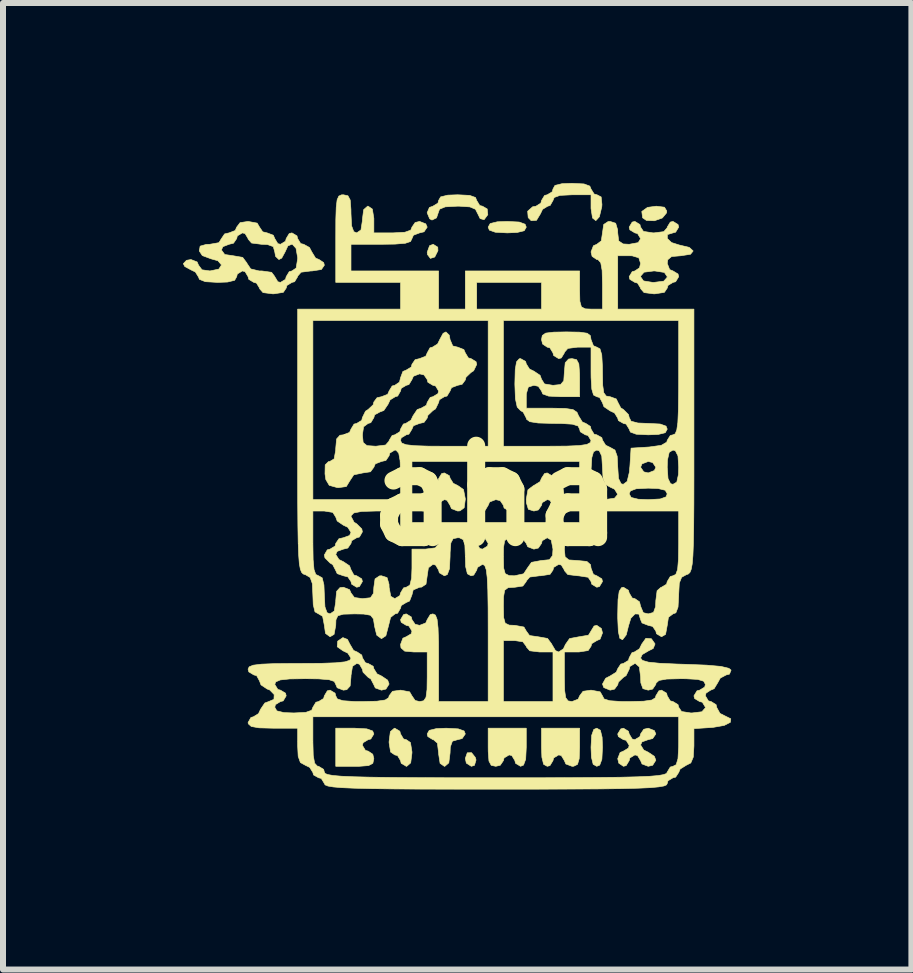
<source format=kicad_pcb>
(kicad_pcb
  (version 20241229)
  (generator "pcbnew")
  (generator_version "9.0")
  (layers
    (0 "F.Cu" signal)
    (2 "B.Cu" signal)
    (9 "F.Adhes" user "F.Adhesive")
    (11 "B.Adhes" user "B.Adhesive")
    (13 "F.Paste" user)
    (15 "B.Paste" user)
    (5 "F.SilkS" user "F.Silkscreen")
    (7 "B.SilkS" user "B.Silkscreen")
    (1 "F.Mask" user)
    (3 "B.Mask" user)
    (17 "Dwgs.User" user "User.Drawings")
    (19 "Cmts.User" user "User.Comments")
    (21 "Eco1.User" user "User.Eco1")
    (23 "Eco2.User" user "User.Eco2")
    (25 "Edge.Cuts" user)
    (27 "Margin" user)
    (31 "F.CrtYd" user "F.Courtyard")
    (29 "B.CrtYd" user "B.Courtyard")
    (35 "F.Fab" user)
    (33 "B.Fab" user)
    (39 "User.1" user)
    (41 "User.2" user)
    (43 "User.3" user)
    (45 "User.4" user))
  (footprint "aha"
    (layer "F.Cu")
    (at 5.212 5.212)
    (property "Reference" "aha" (at 0 0 0) (layer "F.SilkS") (effects (font (size 1.524 1.524) (thickness 0.3))))
    (attr through_hole)
    (fp_poly (pts (xy -0.967 -4.143) (xy -0.964 -4.085) (xy -1.017 -3.979) (xy -1.09 -3.956) (xy -1.139 -4.021) (xy -1.143 -4.059) (xy -1.103 -4.168) (xy -1.043 -4.191) (xy -0.967 -4.143)) (stroke (width 0.01) (type solid)) (fill yes) (layer "F.SilkS"))
    (fp_poly (pts (xy -0.34 4.362) (xy -0.329 4.403) (xy -0.356 4.493) (xy -0.408 4.508) (xy -0.491 4.455) (xy -0.508 4.376) (xy -0.475 4.283) (xy -0.404 4.281) (xy -0.34 4.362)) (stroke (width 0.01) (type solid)) (fill yes) (layer "F.SilkS"))
    (fp_poly (pts (xy 2.811 -4.809) (xy 2.849 -4.746) (xy 2.846 -4.715) (xy 2.776 -4.63) (xy 2.644 -4.583) (xy 2.511 -4.588) (xy 2.447 -4.632) (xy 2.433 -4.738) (xy 2.528 -4.806) (xy 2.675 -4.826) (xy 2.811 -4.809)) (stroke (width 0.01) (type solid)) (fill yes) (layer "F.SilkS"))
    (fp_poly (pts (xy 0.39 -4.562) (xy 0.488 -4.526) (xy 0.508 -4.477) (xy 0.474 -4.417) (xy 0.356 -4.388) (xy 0.191 -4.381) (xy -0.009 -4.392) (xy -0.107 -4.427) (xy -0.127 -4.477) (xy -0.093 -4.537) (xy 0.025 -4.566) (xy 0.191 -4.572) (xy 0.39 -4.562)) (stroke (width 0.01) (type solid)) (fill yes) (layer "F.SilkS"))
    (fp_poly (pts (xy 1.743 3.907) (xy 1.772 4.025) (xy 1.778 4.191) (xy 1.768 4.391) (xy 1.732 4.488) (xy 1.683 4.508) (xy 1.623 4.475) (xy 1.594 4.357) (xy 1.587 4.191) (xy 1.598 3.991) (xy 1.633 3.894) (xy 1.683 3.873) (xy 1.743 3.907)) (stroke (width 0.01) (type solid)) (fill yes) (layer "F.SilkS"))
    (fp_poly (pts (xy -2.15 3.884) (xy -2.052 3.919) (xy -2.032 3.969) (xy -2.083 4.053) (xy -2.127 4.064) (xy -2.211 4.115) (xy -2.223 4.159) (xy -2.172 4.243) (xy -2.127 4.255) (xy -2.05 4.307) (xy -2.032 4.381) (xy -2.049 4.458) (xy -2.12 4.496) (xy -2.276 4.508) (xy -2.349 4.508) (xy -2.667 4.508) (xy -2.667 3.873) (xy -2.349 3.873) (xy -2.15 3.884)) (stroke (width 0.01) (type solid)) (fill yes) (layer "F.SilkS"))
    (fp_poly (pts (xy 0.508 4.191) (xy 0.498 4.391) (xy 0.462 4.488) (xy 0.413 4.508) (xy 0.329 4.458) (xy 0.318 4.413) (xy 0.267 4.329) (xy 0.222 4.318) (xy 0.138 4.369) (xy 0.127 4.413) (xy 0.074 4.491) (xy 0 4.508) (xy -0.076 4.492) (xy -0.114 4.421) (xy -0.126 4.264) (xy -0.127 4.191) (xy -0.127 3.873) (xy 0.508 3.873) (xy 0.508 4.191)) (stroke (width 0.01) (type solid)) (fill yes) (layer "F.SilkS"))
    (fp_poly (pts (xy 1.397 4.191) (xy 1.39 4.381) (xy 1.362 4.476) (xy 1.299 4.507) (xy 1.27 4.508) (xy 1.167 4.469) (xy 1.143 4.413) (xy 1.092 4.329) (xy 1.048 4.318) (xy 0.964 4.369) (xy 0.953 4.413) (xy 0.902 4.497) (xy 0.857 4.508) (xy 0.797 4.475) (xy 0.768 4.357) (xy 0.762 4.191) (xy 0.762 3.873) (xy 1.397 3.873) (xy 1.397 4.191)) (stroke (width 0.01) (type solid)) (fill yes) (layer "F.SilkS"))
    (fp_poly (pts (xy -1.599 3.924) (xy -1.587 3.969) (xy -1.537 4.053) (xy -1.492 4.064) (xy -1.422 4.112) (xy -1.397 4.266) (xy -1.397 4.286) (xy -1.418 4.451) (xy -1.484 4.508) (xy -1.492 4.508) (xy -1.576 4.458) (xy -1.587 4.413) (xy -1.638 4.329) (xy -1.683 4.318) (xy -1.753 4.27) (xy -1.778 4.116) (xy -1.778 4.096) (xy -1.757 3.931) (xy -1.691 3.874) (xy -1.683 3.873) (xy -1.599 3.924)) (stroke (width 0.01) (type solid)) (fill yes) (layer "F.SilkS"))
    (fp_poly (pts (xy -0.626 3.884) (xy -0.528 3.919) (xy -0.508 3.969) (xy -0.561 4.046) (xy -0.635 4.064) (xy -0.723 4.089) (xy -0.758 4.186) (xy -0.762 4.286) (xy -0.783 4.451) (xy -0.849 4.508) (xy -0.857 4.508) (xy -0.928 4.46) (xy -0.952 4.306) (xy -0.953 4.286) (xy -0.973 4.122) (xy -1.039 4.064) (xy -1.048 4.064) (xy -1.132 4.013) (xy -1.143 3.969) (xy -1.109 3.909) (xy -0.991 3.88) (xy -0.826 3.873) (xy -0.626 3.884)) (stroke (width 0.01) (type solid)) (fill yes) (layer "F.SilkS"))
    (fp_poly (pts (xy -0.773 -0.334) (xy -0.762 -0.293) (xy -0.709 -0.208) (xy -0.635 -0.172) (xy -0.538 -0.104) (xy -0.508 0.05) (xy -0.508 0.058) (xy -0.527 0.2) (xy -0.597 0.251) (xy -0.635 0.254) (xy -0.738 0.214) (xy -0.762 0.159) (xy -0.813 0.075) (xy -0.857 0.064) (xy -0.941 0.114) (xy -0.953 0.159) (xy -1.003 0.243) (xy -1.048 0.254) (xy -1.118 0.206) (xy -1.143 0.052) (xy -1.143 0.032) (xy -1.122 -0.133) (xy -1.056 -0.19) (xy -1.048 -0.191) (xy -0.964 -0.241) (xy -0.953 -0.286) (xy -0.902 -0.37) (xy -0.857 -0.381) (xy -0.773 -0.334)) (stroke (width 0.01) (type solid)) (fill yes) (layer "F.SilkS"))
    (fp_poly (pts (xy -0.435 -5.006) (xy -0.338 -4.971) (xy -0.318 -4.921) (xy -0.267 -4.837) (xy -0.222 -4.826) (xy -0.143 -4.78) (xy -0.133 -4.684) (xy -0.195 -4.601) (xy -0.261 -4.619) (xy -0.297 -4.693) (xy -0.339 -4.775) (xy -0.431 -4.814) (xy -0.608 -4.826) (xy -0.642 -4.826) (xy -0.842 -4.815) (xy -0.937 -4.776) (xy -0.953 -4.734) (xy -0.988 -4.631) (xy -1.063 -4.595) (xy -1.102 -4.616) (xy -1.144 -4.717) (xy -1.106 -4.805) (xy -1.048 -4.826) (xy -0.964 -4.877) (xy -0.953 -4.921) (xy -0.919 -4.981) (xy -0.801 -5.01) (xy -0.635 -5.016) (xy -0.435 -5.006)) (stroke (width 0.01) (type solid)) (fill yes) (layer "F.SilkS"))
    (fp_poly (pts (xy 0.282 -0.347) (xy 0.311 -0.229) (xy 0.318 -0.064) (xy 0.307 0.136) (xy 0.272 0.234) (xy 0.222 0.254) (xy 0.138 0.203) (xy 0.127 0.159) (xy 0.074 0.081) (xy 0 0.064) (xy -0.103 0.103) (xy -0.127 0.159) (xy -0.178 0.243) (xy -0.222 0.254) (xy -0.282 0.22) (xy -0.311 0.102) (xy -0.318 -0.064) (xy -0.307 -0.263) (xy -0.272 -0.361) (xy -0.222 -0.381) (xy -0.138 -0.33) (xy -0.127 -0.286) (xy -0.074 -0.208) (xy 0 -0.191) (xy 0.103 -0.23) (xy 0.127 -0.286) (xy 0.178 -0.37) (xy 0.222 -0.381) (xy 0.282 -0.347)) (stroke (width 0.01) (type solid)) (fill yes) (layer "F.SilkS"))
    (fp_poly (pts (xy 0.941 -0.33) (xy 0.953 -0.286) (xy 1.003 -0.202) (xy 1.048 -0.191) (xy 1.118 -0.142) (xy 1.143 0.012) (xy 1.143 0.032) (xy 1.122 0.196) (xy 1.056 0.254) (xy 1.048 0.254) (xy 0.964 0.203) (xy 0.953 0.159) (xy 0.902 0.075) (xy 0.857 0.064) (xy 0.773 0.114) (xy 0.762 0.159) (xy 0.709 0.236) (xy 0.635 0.254) (xy 0.543 0.225) (xy 0.51 0.117) (xy 0.508 0.058) (xy 0.536 -0.1) (xy 0.63 -0.171) (xy 0.635 -0.172) (xy 0.738 -0.236) (xy 0.762 -0.293) (xy 0.813 -0.371) (xy 0.857 -0.381) (xy 0.941 -0.33)) (stroke (width 0.01) (type solid)) (fill yes) (layer "F.SilkS"))
    (fp_poly (pts (xy 1.47 -5.197) (xy 1.567 -5.161) (xy 1.587 -5.112) (xy 1.639 -5.029) (xy 1.687 -5.016) (xy 1.756 -4.98) (xy 1.769 -4.854) (xy 1.766 -4.815) (xy 1.726 -4.649) (xy 1.667 -4.585) (xy 1.612 -4.629) (xy 1.588 -4.783) (xy 1.587 -4.789) (xy 1.587 -5.016) (xy 1.27 -5.016) (xy 1.07 -5.006) (xy 0.973 -4.971) (xy 0.953 -4.921) (xy 0.905 -4.837) (xy 0.865 -4.826) (xy 0.779 -4.773) (xy 0.744 -4.699) (xy 0.678 -4.59) (xy 0.589 -4.585) (xy 0.54 -4.636) (xy 0.531 -4.742) (xy 0.614 -4.816) (xy 0.67 -4.826) (xy 0.751 -4.877) (xy 0.762 -4.921) (xy 0.813 -5.005) (xy 0.857 -5.016) (xy 0.941 -5.067) (xy 0.953 -5.112) (xy 0.986 -5.172) (xy 1.104 -5.201) (xy 1.27 -5.207) (xy 1.47 -5.197)) (stroke (width 0.01) (type solid)) (fill yes) (layer "F.SilkS"))
    (fp_poly (pts (xy 2.643 3.913) (xy 2.667 3.969) (xy 2.614 4.046) (xy 2.54 4.064) (xy 2.437 4.101) (xy 2.413 4.152) (xy 2.466 4.237) (xy 2.54 4.273) (xy 2.643 4.342) (xy 2.667 4.407) (xy 2.614 4.491) (xy 2.54 4.508) (xy 2.437 4.469) (xy 2.413 4.413) (xy 2.362 4.329) (xy 2.318 4.318) (xy 2.234 4.369) (xy 2.223 4.413) (xy 2.172 4.497) (xy 2.127 4.508) (xy 2.05 4.456) (xy 2.032 4.381) (xy 2.072 4.278) (xy 2.127 4.255) (xy 2.211 4.204) (xy 2.223 4.159) (xy 2.172 4.075) (xy 2.127 4.064) (xy 2.043 4.013) (xy 2.032 3.969) (xy 2.083 3.885) (xy 2.127 3.873) (xy 2.211 3.924) (xy 2.223 3.969) (xy 2.273 4.053) (xy 2.318 4.064) (xy 2.402 4.013) (xy 2.413 3.969) (xy 2.466 3.891) (xy 2.54 3.873) (xy 2.643 3.913)) (stroke (width 0.01) (type solid)) (fill yes) (layer "F.SilkS"))
    (fp_poly (pts (xy 1.398 -2.727) (xy 1.523 -2.709) (xy 1.576 -2.669) (xy 1.587 -2.603) (xy 1.627 -2.5) (xy 1.683 -2.477) (xy 1.736 -2.449) (xy 1.766 -2.35) (xy 1.777 -2.157) (xy 1.778 -2.064) (xy 1.782 -1.84) (xy 1.8 -1.716) (xy 1.84 -1.662) (xy 1.905 -1.651) (xy 2.008 -1.614) (xy 2.032 -1.563) (xy 2.083 -1.465) (xy 2.127 -1.438) (xy 2.212 -1.353) (xy 2.223 -1.304) (xy 2.255 -1.243) (xy 2.367 -1.213) (xy 2.54 -1.206) (xy 2.74 -1.196) (xy 2.837 -1.161) (xy 2.857 -1.111) (xy 2.824 -1.051) (xy 2.706 -1.022) (xy 2.54 -1.016) (xy 2.34 -1.026) (xy 2.243 -1.062) (xy 2.223 -1.111) (xy 2.172 -1.195) (xy 2.127 -1.206) (xy 2.043 -1.254) (xy 2.032 -1.294) (xy 1.979 -1.38) (xy 1.905 -1.415) (xy 1.802 -1.485) (xy 1.778 -1.55) (xy 1.73 -1.638) (xy 1.683 -1.651) (xy 1.629 -1.679) (xy 1.6 -1.777) (xy 1.588 -1.97) (xy 1.587 -2.064) (xy 1.587 -2.477) (xy 1.365 -2.477) (xy 1.201 -2.456) (xy 1.143 -2.39) (xy 1.143 -2.381) (xy 1.092 -2.297) (xy 1.048 -2.286) (xy 0.964 -2.337) (xy 0.953 -2.381) (xy 0.902 -2.465) (xy 0.857 -2.477) (xy 0.78 -2.529) (xy 0.762 -2.603) (xy 0.775 -2.672) (xy 0.832 -2.711) (xy 0.962 -2.727) (xy 1.175 -2.731) (xy 1.398 -2.727)) (stroke (width 0.01) (type solid)) (fill yes) (layer "F.SilkS"))
    (fp_poly (pts (xy -3.976 -4.544) (xy -3.937 -4.477) (xy -3.884 -4.399) (xy -3.81 -4.381) (xy -3.707 -4.342) (xy -3.683 -4.286) (xy -3.632 -4.202) (xy -3.588 -4.191) (xy -3.504 -4.242) (xy -3.493 -4.286) (xy -3.442 -4.37) (xy -3.397 -4.381) (xy -3.313 -4.331) (xy -3.302 -4.286) (xy -3.251 -4.203) (xy -3.201 -4.191) (xy -3.105 -4.138) (xy -3.066 -4.064) (xy -3.003 -3.961) (xy -2.945 -3.937) (xy -2.868 -3.886) (xy -2.857 -3.842) (xy -2.906 -3.771) (xy -3.06 -3.747) (xy -3.08 -3.747) (xy -3.244 -3.726) (xy -3.302 -3.66) (xy -3.302 -3.651) (xy -3.353 -3.567) (xy -3.397 -3.556) (xy -3.481 -3.505) (xy -3.493 -3.461) (xy -3.541 -3.39) (xy -3.695 -3.366) (xy -3.715 -3.365) (xy -3.879 -3.386) (xy -3.937 -3.452) (xy -3.937 -3.461) (xy -3.988 -3.545) (xy -4.032 -3.556) (xy -4.116 -3.607) (xy -4.128 -3.651) (xy -4.178 -3.735) (xy -4.223 -3.747) (xy -4.307 -3.696) (xy -4.318 -3.651) (xy -4.352 -3.591) (xy -4.47 -3.562) (xy -4.636 -3.556) (xy -4.841 -3.568) (xy -4.939 -3.607) (xy -4.953 -3.644) (xy -5.006 -3.729) (xy -5.08 -3.765) (xy -5.183 -3.821) (xy -5.207 -3.868) (xy -5.154 -3.924) (xy -5.08 -3.937) (xy -4.977 -3.897) (xy -4.953 -3.842) (xy -4.896 -3.766) (xy -4.763 -3.747) (xy -4.615 -3.778) (xy -4.571 -3.847) (xy -4.631 -3.917) (xy -4.746 -3.949) (xy -4.891 -4.003) (xy -4.941 -4.08) (xy -4.938 -4.096) (xy -4.572 -4.096) (xy -4.517 -4.021) (xy -4.376 -4) (xy -4.218 -3.973) (xy -4.147 -3.878) (xy -4.146 -3.873) (xy -4.084 -3.781) (xy -3.944 -3.747) (xy -3.898 -3.747) (xy -3.736 -3.724) (xy -3.683 -3.654) (xy -3.683 -3.651) (xy -3.632 -3.567) (xy -3.588 -3.556) (xy -3.504 -3.607) (xy -3.493 -3.651) (xy -3.442 -3.735) (xy -3.397 -3.747) (xy -3.327 -3.795) (xy -3.302 -3.949) (xy -3.302 -3.969) (xy -3.329 -4.124) (xy -3.393 -4.194) (xy -3.465 -4.164) (xy -3.511 -4.064) (xy -3.567 -3.961) (xy -3.614 -3.937) (xy -3.67 -3.99) (xy -3.683 -4.064) (xy -3.708 -4.152) (xy -3.805 -4.187) (xy -3.905 -4.191) (xy -4.07 -4.212) (xy -4.127 -4.278) (xy -4.128 -4.286) (xy -4.178 -4.37) (xy -4.223 -4.381) (xy -4.307 -4.331) (xy -4.318 -4.286) (xy -4.371 -4.209) (xy -4.445 -4.191) (xy -4.548 -4.151) (xy -4.572 -4.096) (xy -4.938 -4.096) (xy -4.927 -4.16) (xy -4.826 -4.189) (xy -4.767 -4.191) (xy -4.614 -4.218) (xy -4.572 -4.286) (xy -4.519 -4.364) (xy -4.445 -4.381) (xy -4.342 -4.421) (xy -4.318 -4.477) (xy -4.261 -4.552) (xy -4.128 -4.572) (xy -3.976 -4.544)) (stroke (width 0.01) (type solid)) (fill yes) (layer "F.SilkS"))
    (fp_poly (pts (xy -2.464 -5) (xy -2.426 -4.929) (xy -2.414 -4.772) (xy -2.413 -4.699) (xy -2.403 -4.499) (xy -2.367 -4.402) (xy -2.318 -4.381) (xy -2.247 -4.43) (xy -2.223 -4.584) (xy -2.223 -4.604) (xy -2.202 -4.768) (xy -2.136 -4.826) (xy -2.127 -4.826) (xy -2.057 -4.778) (xy -2.032 -4.624) (xy -2.032 -4.604) (xy -2.032 -4.381) (xy -1.714 -4.381) (xy -1.515 -4.392) (xy -1.417 -4.427) (xy -1.397 -4.477) (xy -1.344 -4.554) (xy -1.27 -4.572) (xy -1.167 -4.532) (xy -1.143 -4.477) (xy -1.196 -4.399) (xy -1.27 -4.381) (xy -1.373 -4.342) (xy -1.397 -4.286) (xy -1.421 -4.237) (xy -1.508 -4.208) (xy -1.68 -4.194) (xy -1.905 -4.191) (xy -2.413 -4.191) (xy -2.413 -3.747) (xy -0.953 -3.747) (xy -0.953 -3.111) (xy -0.508 -3.111) (xy -0.508 -3.556) (xy -0.318 -3.556) (xy -0.318 -3.111) (xy 0.762 -3.111) (xy 0.762 -3.556) (xy -0.318 -3.556) (xy -0.508 -3.556) (xy -0.508 -3.747) (xy 1.397 -3.747) (xy 1.397 -3.429) (xy 1.401 -3.241) (xy 1.427 -3.147) (xy 1.493 -3.115) (xy 1.587 -3.111) (xy 1.778 -3.111) (xy 1.778 -3.524) (xy 1.772 -3.756) (xy 1.749 -3.884) (xy 1.704 -3.934) (xy 1.683 -3.937) (xy 1.605 -3.99) (xy 1.587 -4.064) (xy 1.627 -4.167) (xy 1.683 -4.191) (xy 1.758 -4.248) (xy 1.778 -4.381) (xy 1.798 -4.521) (xy 1.872 -4.57) (xy 1.905 -4.572) (xy 1.998 -4.542) (xy 2.031 -4.431) (xy 2.032 -4.381) (xy 2.048 -4.247) (xy 2.122 -4.197) (xy 2.223 -4.191) (xy 2.374 -4.219) (xy 2.413 -4.286) (xy 2.362 -4.37) (xy 2.318 -4.381) (xy 2.234 -4.432) (xy 2.223 -4.477) (xy 2.273 -4.561) (xy 2.318 -4.572) (xy 2.402 -4.521) (xy 2.413 -4.477) (xy 2.461 -4.406) (xy 2.615 -4.382) (xy 2.635 -4.381) (xy 2.8 -4.402) (xy 2.857 -4.468) (xy 2.857 -4.477) (xy 2.908 -4.561) (xy 2.953 -4.572) (xy 3.037 -4.521) (xy 3.048 -4.477) (xy 2.997 -4.393) (xy 2.953 -4.381) (xy 2.86 -4.353) (xy 2.858 -4.288) (xy 2.929 -4.22) (xy 3.058 -4.179) (xy 3.059 -4.179) (xy 3.225 -4.139) (xy 3.289 -4.08) (xy 3.245 -4.025) (xy 3.091 -4.001) (xy 3.085 -4) (xy 2.93 -3.987) (xy 2.866 -3.934) (xy 2.857 -3.873) (xy 2.897 -3.77) (xy 2.953 -3.747) (xy 3.037 -3.696) (xy 3.048 -3.651) (xy 2.997 -3.567) (xy 2.953 -3.556) (xy 2.869 -3.505) (xy 2.857 -3.461) (xy 2.809 -3.39) (xy 2.655 -3.366) (xy 2.635 -3.365) (xy 2.471 -3.386) (xy 2.413 -3.452) (xy 2.413 -3.461) (xy 2.362 -3.545) (xy 2.318 -3.556) (xy 2.234 -3.607) (xy 2.223 -3.651) (xy 2.413 -3.651) (xy 2.461 -3.581) (xy 2.615 -3.556) (xy 2.635 -3.556) (xy 2.8 -3.577) (xy 2.857 -3.643) (xy 2.857 -3.651) (xy 2.809 -3.722) (xy 2.655 -3.746) (xy 2.635 -3.747) (xy 2.471 -3.726) (xy 2.413 -3.66) (xy 2.413 -3.651) (xy 2.223 -3.651) (xy 2.273 -3.735) (xy 2.318 -3.747) (xy 2.395 -3.799) (xy 2.413 -3.873) (xy 2.383 -3.966) (xy 2.272 -3.999) (xy 2.223 -4) (xy 2.032 -4) (xy 2.032 -3.111) (xy 3.302 -3.111) (xy 3.302 -0.915) (xy 3.302 -0.329) (xy 3.301 0.142) (xy 3.298 0.512) (xy 3.293 0.793) (xy 3.285 0.997) (xy 3.273 1.138) (xy 3.256 1.227) (xy 3.235 1.278) (xy 3.207 1.304) (xy 3.175 1.315) (xy 3.097 1.358) (xy 3.058 1.455) (xy 3.048 1.642) (xy 3.048 1.658) (xy 3.037 1.855) (xy 3.001 1.95) (xy 2.953 1.968) (xy 2.877 2.025) (xy 2.857 2.159) (xy 2.829 2.31) (xy 2.762 2.349) (xy 2.678 2.299) (xy 2.667 2.254) (xy 2.614 2.177) (xy 2.54 2.159) (xy 2.437 2.119) (xy 2.413 2.064) (xy 2.384 1.971) (xy 2.32 1.969) (xy 2.251 2.04) (xy 2.211 2.169) (xy 2.211 2.17) (xy 2.174 2.318) (xy 2.114 2.397) (xy 2.111 2.398) (xy 2.067 2.375) (xy 2.042 2.262) (xy 2.032 2.041) (xy 2.032 1.974) (xy 2.037 1.731) (xy 2.057 1.591) (xy 2.096 1.531) (xy 2.127 1.524) (xy 2.211 1.575) (xy 2.223 1.619) (xy 2.273 1.703) (xy 2.318 1.714) (xy 2.395 1.767) (xy 2.413 1.841) (xy 2.458 1.948) (xy 2.54 1.968) (xy 2.628 1.944) (xy 2.663 1.847) (xy 2.667 1.746) (xy 2.688 1.582) (xy 2.754 1.524) (xy 2.762 1.524) (xy 2.846 1.473) (xy 2.857 1.429) (xy 2.908 1.345) (xy 2.953 1.333) (xy 3 1.31) (xy 3.03 1.227) (xy 3.044 1.06) (xy 3.048 0.794) (xy 3.048 0.254) (xy 1.587 0.254) (xy 1.587 0.476) (xy 1.578 0.625) (xy 1.522 0.686) (xy 1.382 0.698) (xy 1.365 0.699) (xy 1.216 0.709) (xy 1.155 0.763) (xy 1.143 0.889) (xy 1.155 1.017) (xy 1.218 1.069) (xy 1.365 1.079) (xy 1.518 1.094) (xy 1.58 1.149) (xy 1.587 1.206) (xy 1.627 1.31) (xy 1.683 1.333) (xy 1.767 1.384) (xy 1.778 1.429) (xy 1.727 1.513) (xy 1.683 1.524) (xy 1.599 1.473) (xy 1.587 1.429) (xy 1.539 1.358) (xy 1.385 1.334) (xy 1.365 1.333) (xy 1.201 1.313) (xy 1.143 1.247) (xy 1.143 1.238) (xy 1.092 1.154) (xy 1.048 1.143) (xy 0.964 1.194) (xy 0.953 1.238) (xy 0.904 1.309) (xy 0.75 1.333) (xy 0.73 1.333) (xy 0.566 1.354) (xy 0.508 1.42) (xy 0.508 1.429) (xy 0.451 1.504) (xy 0.318 1.524) (xy 0.205 1.531) (xy 0.148 1.574) (xy 0.129 1.685) (xy 0.127 1.841) (xy 0.131 2.029) (xy 0.157 2.123) (xy 0.223 2.155) (xy 0.318 2.159) (xy 0.469 2.187) (xy 0.508 2.254) (xy 0.563 2.329) (xy 0.704 2.349) (xy 0.862 2.377) (xy 0.933 2.472) (xy 0.934 2.477) (xy 0.995 2.58) (xy 1.048 2.603) (xy 1.127 2.55) (xy 1.161 2.477) (xy 1.23 2.379) (xy 1.384 2.35) (xy 1.391 2.349) (xy 1.545 2.323) (xy 1.587 2.254) (xy 1.638 2.17) (xy 1.683 2.159) (xy 1.76 2.212) (xy 1.778 2.286) (xy 1.738 2.389) (xy 1.683 2.413) (xy 1.599 2.464) (xy 1.587 2.508) (xy 1.539 2.579) (xy 1.385 2.603) (xy 1.365 2.603) (xy 1.143 2.603) (xy 1.143 3.016) (xy 1.147 3.24) (xy 1.165 3.364) (xy 1.205 3.418) (xy 1.27 3.429) (xy 1.373 3.389) (xy 1.397 3.334) (xy 1.454 3.258) (xy 1.587 3.239) (xy 1.739 3.267) (xy 1.778 3.334) (xy 1.804 3.385) (xy 1.898 3.415) (xy 2.083 3.428) (xy 2.223 3.429) (xy 2.464 3.423) (xy 2.602 3.403) (xy 2.661 3.364) (xy 2.667 3.334) (xy 2.718 3.25) (xy 2.762 3.239) (xy 2.846 3.289) (xy 2.857 3.334) (xy 2.908 3.418) (xy 2.953 3.429) (xy 3.037 3.48) (xy 3.048 3.524) (xy 3.096 3.595) (xy 3.25 3.619) (xy 3.27 3.619) (xy 3.435 3.599) (xy 3.492 3.533) (xy 3.493 3.524) (xy 3.442 3.44) (xy 3.397 3.429) (xy 3.313 3.378) (xy 3.302 3.334) (xy 3.353 3.25) (xy 3.397 3.239) (xy 3.481 3.188) (xy 3.493 3.143) (xy 3.465 3.09) (xy 3.366 3.06) (xy 3.173 3.049) (xy 3.08 3.048) (xy 2.848 3.054) (xy 2.72 3.077) (xy 2.67 3.122) (xy 2.667 3.143) (xy 2.614 3.221) (xy 2.54 3.239) (xy 2.452 3.214) (xy 2.417 3.117) (xy 2.413 3.016) (xy 2.392 2.852) (xy 2.326 2.794) (xy 2.318 2.794) (xy 2.234 2.845) (xy 2.223 2.891) (xy 2.171 2.997) (xy 2.127 3.025) (xy 2.043 3.105) (xy 2.032 3.15) (xy 1.979 3.222) (xy 1.905 3.239) (xy 1.8 3.196) (xy 1.778 3.137) (xy 1.831 3.041) (xy 1.905 3.003) (xy 2.008 2.939) (xy 2.032 2.882) (xy 2.083 2.804) (xy 2.127 2.794) (xy 2.211 2.743) (xy 2.223 2.699) (xy 2.27 2.614) (xy 2.31 2.603) (xy 2.394 2.55) (xy 2.433 2.47) (xy 2.501 2.375) (xy 2.593 2.382) (xy 2.654 2.469) (xy 2.623 2.545) (xy 2.547 2.583) (xy 2.44 2.646) (xy 2.413 2.704) (xy 2.443 2.743) (xy 2.543 2.772) (xy 2.73 2.791) (xy 3.021 2.804) (xy 3.154 2.808) (xy 3.511 2.822) (xy 3.751 2.843) (xy 3.884 2.875) (xy 3.921 2.905) (xy 3.894 2.972) (xy 3.841 2.985) (xy 3.741 3.038) (xy 3.701 3.111) (xy 3.638 3.215) (xy 3.58 3.239) (xy 3.503 3.289) (xy 3.493 3.334) (xy 3.543 3.418) (xy 3.588 3.429) (xy 3.671 3.48) (xy 3.683 3.53) (xy 3.736 3.626) (xy 3.813 3.665) (xy 3.916 3.716) (xy 3.909 3.775) (xy 3.806 3.827) (xy 3.622 3.859) (xy 3.599 3.861) (xy 3.302 3.88) (xy 3.302 4.169) (xy 3.291 4.355) (xy 3.25 4.452) (xy 3.175 4.49) (xy 3.072 4.554) (xy 3.048 4.611) (xy 2.997 4.689) (xy 2.953 4.699) (xy 2.869 4.75) (xy 2.857 4.794) (xy 2.845 4.817) (xy 2.801 4.836) (xy 2.714 4.851) (xy 2.574 4.864) (xy 2.371 4.873) (xy 2.094 4.88) (xy 1.733 4.885) (xy 1.277 4.887) (xy 0.715 4.889) (xy 0.037 4.889) (xy 0 4.889) (xy -0.684 4.889) (xy -1.251 4.888) (xy -1.713 4.885) (xy -2.078 4.88) (xy -2.359 4.873) (xy -2.566 4.864) (xy -2.708 4.852) (xy -2.797 4.837) (xy -2.844 4.818) (xy -2.857 4.795) (xy -2.857 4.794) (xy -2.908 4.71) (xy -2.953 4.699) (xy -3.037 4.652) (xy -3.048 4.611) (xy -3.101 4.526) (xy -3.175 4.49) (xy -3.256 4.445) (xy -3.293 4.342) (xy -3.302 4.165) (xy -3.302 3.873) (xy -3.715 3.873) (xy -3.946 3.867) (xy -4.075 3.844) (xy -4.124 3.8) (xy -4.128 3.778) (xy -4.08 3.694) (xy -4.04 3.683) (xy -3.048 3.683) (xy -3.048 4.096) (xy -3.042 4.327) (xy -3.019 4.456) (xy -2.974 4.505) (xy -2.953 4.508) (xy -2.869 4.559) (xy -2.857 4.604) (xy -2.845 4.627) (xy -2.801 4.645) (xy -2.714 4.661) (xy -2.574 4.673) (xy -2.371 4.682) (xy -2.094 4.689) (xy -1.733 4.694) (xy -1.277 4.697) (xy -0.715 4.699) (xy -0.037 4.699) (xy 0 4.699) (xy 0.684 4.699) (xy 1.251 4.697) (xy 1.713 4.694) (xy 2.078 4.69) (xy 2.359 4.683) (xy 2.566 4.674) (xy 2.708 4.662) (xy 2.797 4.646) (xy 2.844 4.628) (xy 2.857 4.605) (xy 2.857 4.604) (xy 2.908 4.52) (xy 2.953 4.508) (xy 3.006 4.481) (xy 3.036 4.382) (xy 3.047 4.189) (xy 3.048 4.096) (xy 3.048 3.683) (xy -3.048 3.683) (xy -4.04 3.683) (xy -3.954 3.63) (xy -3.919 3.556) (xy -3.849 3.453) (xy -3.784 3.429) (xy -3.697 3.392) (xy -3.693 3.312) (xy -3.767 3.236) (xy -3.81 3.22) (xy -3.913 3.151) (xy -3.937 3.086) (xy -3.985 2.998) (xy -4.032 2.985) (xy -4.116 2.934) (xy -4.128 2.889) (xy -4.109 2.85) (xy -4.043 2.823) (xy -3.909 2.806) (xy -3.69 2.797) (xy -3.367 2.794) (xy -3.27 2.794) (xy -2.914 2.792) (xy -2.667 2.783) (xy -2.513 2.767) (xy -2.434 2.741) (xy -2.413 2.706) (xy -2.466 2.622) (xy -2.547 2.583) (xy -2.642 2.516) (xy -2.635 2.423) (xy -2.548 2.363) (xy -2.472 2.393) (xy -2.433 2.47) (xy -2.37 2.577) (xy -2.31 2.603) (xy -2.233 2.654) (xy -2.223 2.699) (xy -2.172 2.783) (xy -2.127 2.794) (xy -2.043 2.841) (xy -2.032 2.882) (xy -1.979 2.967) (xy -1.905 3.003) (xy -1.802 3.072) (xy -1.778 3.137) (xy -1.831 3.221) (xy -1.905 3.239) (xy -2.008 3.202) (xy -2.032 3.15) (xy -2.083 3.052) (xy -2.127 3.025) (xy -2.212 2.94) (xy -2.223 2.891) (xy -2.272 2.806) (xy -2.318 2.794) (xy -2.388 2.842) (xy -2.413 2.996) (xy -2.413 3.016) (xy -2.427 3.169) (xy -2.483 3.231) (xy -2.54 3.239) (xy -2.643 3.199) (xy -2.667 3.143) (xy -2.691 3.094) (xy -2.778 3.065) (xy -2.95 3.051) (xy -3.175 3.048) (xy -3.436 3.052) (xy -3.592 3.069) (xy -3.667 3.101) (xy -3.683 3.143) (xy -3.632 3.227) (xy -3.588 3.239) (xy -3.504 3.289) (xy -3.493 3.334) (xy -3.543 3.418) (xy -3.588 3.429) (xy -3.672 3.48) (xy -3.683 3.524) (xy -3.649 3.584) (xy -3.531 3.613) (xy -3.365 3.619) (xy -3.166 3.609) (xy -3.068 3.574) (xy -3.048 3.524) (xy -2.997 3.44) (xy -2.953 3.429) (xy -2.869 3.378) (xy -2.857 3.334) (xy -2.807 3.25) (xy -2.762 3.239) (xy -2.678 3.289) (xy -2.667 3.334) (xy -2.641 3.385) (xy -2.547 3.415) (xy -2.362 3.428) (xy -2.223 3.429) (xy -1.981 3.423) (xy -1.843 3.403) (xy -1.784 3.364) (xy -1.778 3.334) (xy -1.721 3.258) (xy -1.587 3.239) (xy -1.436 3.267) (xy -1.397 3.334) (xy -1.344 3.411) (xy -1.27 3.429) (xy -1.201 3.416) (xy -1.163 3.359) (xy -1.146 3.229) (xy -1.143 3.016) (xy -1.143 2.603) (xy -1.365 2.603) (xy -1.518 2.589) (xy -1.58 2.534) (xy -1.587 2.477) (xy -1.548 2.373) (xy -1.492 2.349) (xy -1.408 2.299) (xy -1.397 2.254) (xy -1.448 2.17) (xy -1.492 2.159) (xy -1.576 2.108) (xy -1.587 2.064) (xy -1.537 1.98) (xy -1.492 1.968) (xy -1.408 2.019) (xy -1.397 2.064) (xy -1.344 2.141) (xy -1.27 2.159) (xy -1.167 2.119) (xy -1.143 2.064) (xy -1.092 1.98) (xy -1.048 1.968) (xy -1.006 1.988) (xy -0.978 2.06) (xy -0.962 2.203) (xy -0.954 2.439) (xy -0.953 2.699) (xy -0.953 3.429) (xy -0.127 3.429) (xy -0.127 2.413) (xy 0.127 2.413) (xy 0.127 3.429) (xy 0.953 3.429) (xy 0.953 2.603) (xy 0.73 2.603) (xy 0.566 2.583) (xy 0.508 2.517) (xy 0.508 2.508) (xy 0.451 2.433) (xy 0.318 2.413) (xy 0.127 2.413) (xy -0.127 2.413) (xy -0.127 2.286) (xy -0.128 1.873) (xy -0.133 1.571) (xy -0.143 1.363) (xy -0.159 1.233) (xy -0.183 1.165) (xy -0.216 1.143) (xy -0.222 1.143) (xy -0.306 1.194) (xy -0.318 1.238) (xy -0.368 1.322) (xy -0.413 1.333) (xy -0.473 1.3) (xy -0.502 1.182) (xy -0.508 1.016) (xy 0.127 1.016) (xy 0.131 1.204) (xy 0.157 1.298) (xy 0.223 1.33) (xy 0.31 1.333) (xy 0.464 1.3) (xy 0.526 1.206) (xy 0.595 1.109) (xy 0.749 1.08) (xy 0.756 1.079) (xy 0.894 1.065) (xy 0.946 0.995) (xy 0.953 0.889) (xy 0.924 0.738) (xy 0.857 0.699) (xy 0.773 0.749) (xy 0.762 0.794) (xy 0.709 0.871) (xy 0.635 0.889) (xy 0.532 0.849) (xy 0.508 0.794) (xy 0.451 0.718) (xy 0.318 0.699) (xy 0.205 0.705) (xy 0.148 0.748) (xy 0.129 0.859) (xy 0.127 1.016) (xy -0.508 1.016) (xy -0.515 0.826) (xy -0.524 0.794) (xy -0.318 0.794) (xy -0.267 0.878) (xy -0.222 0.889) (xy -0.138 0.838) (xy -0.127 0.794) (xy -0.178 0.71) (xy -0.222 0.699) (xy -0.306 0.749) (xy -0.318 0.794) (xy -0.524 0.794) (xy -0.543 0.731) (xy -0.606 0.7) (xy -0.635 0.699) (xy -0.711 0.715) (xy -0.749 0.786) (xy -0.761 0.943) (xy -0.762 1.016) (xy -0.772 1.216) (xy -0.808 1.313) (xy -0.857 1.333) (xy -0.941 1.283) (xy -0.953 1.238) (xy -1.003 1.154) (xy -1.048 1.143) (xy -1.123 1.2) (xy -1.143 1.333) (xy -1.163 1.473) (xy -1.237 1.522) (xy -1.27 1.524) (xy -1.376 1.569) (xy -1.397 1.651) (xy -1.437 1.754) (xy -1.492 1.778) (xy -1.576 1.829) (xy -1.587 1.873) (xy -1.636 1.957) (xy -1.679 1.968) (xy -1.753 2.027) (xy -1.79 2.175) (xy -1.832 2.333) (xy -1.905 2.381) (xy -1.984 2.322) (xy -2.02 2.175) (xy -2.039 2.052) (xy -2.087 1.991) (xy -2.2 1.971) (xy -2.354 1.968) (xy -2.54 1.973) (xy -2.632 1.999) (xy -2.664 2.067) (xy -2.667 2.159) (xy -2.695 2.31) (xy -2.762 2.349) (xy -2.838 2.293) (xy -2.857 2.159) (xy -2.886 2.008) (xy -2.953 1.968) (xy -3.013 1.934) (xy -3.042 1.814) (xy -3.048 1.658) (xy -3.057 1.464) (xy -3.093 1.362) (xy -3.168 1.317) (xy -3.175 1.315) (xy -3.209 1.303) (xy -3.236 1.276) (xy -3.257 1.223) (xy -3.274 1.13) (xy -3.285 0.986) (xy -3.293 0.777) (xy -3.298 0.491) (xy -3.3 0.254) (xy -3.048 0.254) (xy -3.048 0.794) (xy -3.044 1.064) (xy -3.029 1.229) (xy -3 1.311) (xy -2.953 1.333) (xy -2.893 1.367) (xy -2.864 1.485) (xy -2.857 1.651) (xy -2.847 1.851) (xy -2.812 1.948) (xy -2.762 1.968) (xy -2.692 1.92) (xy -2.667 1.766) (xy -2.667 1.746) (xy -2.653 1.593) (xy -2.597 1.531) (xy -2.54 1.524) (xy -2.437 1.564) (xy -2.413 1.619) (xy -2.356 1.695) (xy -2.223 1.714) (xy -2.088 1.699) (xy -2.038 1.625) (xy -2.032 1.524) (xy -2.012 1.385) (xy -1.938 1.335) (xy -1.905 1.333) (xy -1.812 1.363) (xy -1.779 1.475) (xy -1.778 1.524) (xy -1.75 1.675) (xy -1.683 1.714) (xy -1.599 1.664) (xy -1.587 1.619) (xy -1.537 1.535) (xy -1.492 1.524) (xy -1.432 1.49) (xy -1.403 1.372) (xy -1.397 1.206) (xy -1.397 0.889) (xy -1.175 0.889) (xy -1.01 0.868) (xy -0.953 0.802) (xy -0.953 0.794) (xy -0.986 0.734) (xy -1.104 0.705) (xy -1.27 0.699) (xy -1.587 0.699) (xy -1.587 0.254) (xy -2 0.254) (xy -2.237 0.261) (xy -2.367 0.286) (xy -2.412 0.334) (xy -2.413 0.342) (xy -2.362 0.44) (xy -2.318 0.467) (xy -2.233 0.552) (xy -2.223 0.601) (xy -2.272 0.687) (xy -2.318 0.699) (xy -2.402 0.749) (xy -2.413 0.794) (xy -2.466 0.871) (xy -2.54 0.889) (xy -2.643 0.926) (xy -2.667 0.977) (xy -2.614 1.062) (xy -2.54 1.098) (xy -2.437 1.167) (xy -2.413 1.232) (xy -2.365 1.32) (xy -2.318 1.333) (xy -2.234 1.384) (xy -2.223 1.429) (xy -2.273 1.513) (xy -2.318 1.524) (xy -2.402 1.473) (xy -2.413 1.429) (xy -2.466 1.351) (xy -2.54 1.333) (xy -2.643 1.297) (xy -2.667 1.245) (xy -2.718 1.147) (xy -2.762 1.12) (xy -2.847 1.035) (xy -2.857 0.986) (xy -2.808 0.901) (xy -2.762 0.889) (xy -2.678 0.838) (xy -2.667 0.794) (xy -2.614 0.716) (xy -2.54 0.699) (xy -2.437 0.662) (xy -2.413 0.611) (xy -2.466 0.525) (xy -2.54 0.49) (xy -2.643 0.42) (xy -2.667 0.355) (xy -2.716 0.277) (xy -2.857 0.254) (xy -3.048 0.254) (xy -3.3 0.254) (xy -3.301 0.115) (xy -3.302 -0.364) (xy -3.302 -0.915) (xy -3.302 -2.921) (xy -3.048 -2.921) (xy -3.048 0.064) (xy -1.587 0.064) (xy -1.587 -0.349) (xy -1.594 -0.572) (xy -1.397 -0.572) (xy -1.397 0.445) (xy 1.397 0.445) (xy 1.397 -0.349) (xy 1.587 -0.349) (xy 1.587 0.064) (xy 1.81 0.064) (xy 1.979 0.04) (xy 2.032 -0.024) (xy 2.027 -0.032) (xy 2.223 -0.032) (xy 2.256 0.028) (xy 2.374 0.057) (xy 2.54 0.064) (xy 2.74 0.053) (xy 2.837 0.018) (xy 2.857 -0.032) (xy 2.824 -0.092) (xy 2.706 -0.121) (xy 2.54 -0.127) (xy 2.34 -0.117) (xy 2.243 -0.081) (xy 2.223 -0.032) (xy 2.027 -0.032) (xy 1.979 -0.11) (xy 1.905 -0.145) (xy 1.824 -0.191) (xy 1.787 -0.294) (xy 1.778 -0.47) (xy 1.766 -0.661) (xy 1.725 -0.749) (xy 1.683 -0.762) (xy 1.629 -0.734) (xy 1.6 -0.636) (xy 1.588 -0.443) (xy 1.587 -0.349) (xy 1.397 -0.349) (xy 1.397 -0.572) (xy -1.397 -0.572) (xy -1.594 -0.572) (xy -1.594 -0.581) (xy -1.617 -0.709) (xy -1.661 -0.759) (xy -1.683 -0.762) (xy -1.767 -0.711) (xy -1.778 -0.667) (xy -1.831 -0.589) (xy -1.905 -0.572) (xy -2.008 -0.532) (xy -2.032 -0.476) (xy -2.088 -0.4) (xy -2.215 -0.381) (xy -2.367 -0.349) (xy -2.433 -0.249) (xy -2.491 -0.154) (xy -2.62 -0.136) (xy -2.646 -0.138) (xy -2.775 -0.174) (xy -2.832 -0.27) (xy -2.846 -0.365) (xy -2.843 -0.515) (xy -2.788 -0.57) (xy -2.766 -0.572) (xy -2.694 -0.615) (xy -2.668 -0.757) (xy -2.667 -0.794) (xy -2.653 -0.947) (xy -2.597 -1.009) (xy -2.54 -1.016) (xy -2.223 -1.016) (xy -2.21 -0.888) (xy -2.147 -0.836) (xy -2 -0.826) (xy -1.836 -0.846) (xy -1.778 -0.912) (xy -1.778 -0.921) (xy -1.727 -1.005) (xy -1.683 -1.016) (xy -1.599 -1.067) (xy -1.587 -1.111) (xy -1.54 -1.196) (xy -1.5 -1.206) (xy -1.414 -1.26) (xy -1.379 -1.333) (xy -1.309 -1.437) (xy -1.244 -1.46) (xy -1.156 -1.509) (xy -1.143 -1.556) (xy -1.092 -1.64) (xy -1.048 -1.651) (xy -0.964 -1.702) (xy -0.953 -1.746) (xy -1.003 -1.83) (xy -1.048 -1.841) (xy -1.132 -1.892) (xy -1.143 -1.937) (xy -1.196 -2.014) (xy -1.27 -2.032) (xy -1.373 -1.992) (xy -1.397 -1.937) (xy -1.448 -1.853) (xy -1.492 -1.841) (xy -1.576 -1.791) (xy -1.587 -1.746) (xy -1.635 -1.662) (xy -1.675 -1.651) (xy -1.761 -1.598) (xy -1.796 -1.524) (xy -1.866 -1.421) (xy -1.931 -1.397) (xy -2.019 -1.349) (xy -2.032 -1.302) (xy -2.083 -1.218) (xy -2.127 -1.206) (xy -2.203 -1.15) (xy -2.223 -1.016) (xy -2.54 -1.016) (xy -2.437 -1.056) (xy -2.413 -1.111) (xy -2.362 -1.195) (xy -2.318 -1.206) (xy -2.234 -1.257) (xy -2.223 -1.304) (xy -2.171 -1.41) (xy -2.127 -1.438) (xy -2.043 -1.517) (xy -2.032 -1.563) (xy -1.979 -1.634) (xy -1.905 -1.651) (xy -1.802 -1.691) (xy -1.778 -1.746) (xy -1.727 -1.83) (xy -1.683 -1.841) (xy -1.605 -1.894) (xy -1.587 -1.968) (xy -1.548 -2.072) (xy -1.492 -2.095) (xy -1.408 -2.146) (xy -1.397 -2.191) (xy -1.344 -2.268) (xy -1.27 -2.286) (xy -1.167 -2.326) (xy -1.143 -2.381) (xy -1.096 -2.466) (xy -1.055 -2.477) (xy -0.97 -2.53) (xy -0.934 -2.603) (xy -0.878 -2.707) (xy -0.831 -2.731) (xy -0.775 -2.677) (xy -0.762 -2.603) (xy -0.717 -2.497) (xy -0.635 -2.477) (xy -0.532 -2.437) (xy -0.508 -2.381) (xy -0.457 -2.297) (xy -0.413 -2.286) (xy -0.329 -2.235) (xy -0.318 -2.189) (xy -0.369 -2.083) (xy -0.413 -2.055) (xy -0.497 -1.975) (xy -0.508 -1.93) (xy -0.561 -1.858) (xy -0.635 -1.841) (xy -0.738 -1.802) (xy -0.762 -1.746) (xy -0.813 -1.662) (xy -0.857 -1.651) (xy -0.941 -1.6) (xy -0.953 -1.554) (xy -1.004 -1.448) (xy -1.048 -1.42) (xy -1.132 -1.34) (xy -1.143 -1.295) (xy -1.196 -1.223) (xy -1.27 -1.206) (xy -1.373 -1.167) (xy -1.397 -1.111) (xy -1.448 -1.027) (xy -1.492 -1.016) (xy -1.576 -0.965) (xy -1.587 -0.921) (xy -1.568 -0.879) (xy -1.496 -0.851) (xy -1.353 -0.835) (xy -1.117 -0.827) (xy -0.857 -0.826) (xy -0.127 -0.826) (xy -0.127 -2.921) (xy 0.127 -2.921) (xy 0.127 -0.826) (xy 0.857 -0.826) (xy 1.178 -0.828) (xy 1.391 -0.837) (xy 1.518 -0.856) (xy 1.576 -0.887) (xy 1.587 -0.921) (xy 1.537 -1.005) (xy 1.492 -1.016) (xy 1.408 -1.067) (xy 1.397 -1.111) (xy 1.371 -1.163) (xy 1.277 -1.193) (xy 1.092 -1.205) (xy 0.953 -1.206) (xy 0.706 -1.213) (xy 0.566 -1.235) (xy 0.511 -1.277) (xy 0.508 -1.295) (xy 0.457 -1.393) (xy 0.413 -1.42) (xy 0.357 -1.478) (xy 0.327 -1.616) (xy 0.318 -1.854) (xy 0.318 -1.871) (xy 0.324 -2.103) (xy 0.346 -2.233) (xy 0.391 -2.283) (xy 0.413 -2.286) (xy 0.497 -2.239) (xy 0.508 -2.198) (xy 0.561 -2.113) (xy 0.635 -2.077) (xy 0.738 -2.008) (xy 0.762 -1.943) (xy 0.811 -1.864) (xy 0.953 -1.841) (xy 1.08 -1.854) (xy 1.133 -1.917) (xy 1.143 -2.064) (xy 1.157 -2.217) (xy 1.213 -2.279) (xy 1.27 -2.286) (xy 1.346 -2.269) (xy 1.384 -2.198) (xy 1.396 -2.042) (xy 1.397 -1.968) (xy 1.397 -1.651) (xy 1.079 -1.651) (xy 0.88 -1.661) (xy 0.782 -1.697) (xy 0.762 -1.746) (xy 0.709 -1.824) (xy 0.635 -1.841) (xy 0.542 -1.812) (xy 0.509 -1.7) (xy 0.508 -1.651) (xy 0.508 -1.46) (xy 0.927 -1.46) (xy 1.156 -1.456) (xy 1.288 -1.436) (xy 1.353 -1.392) (xy 1.379 -1.333) (xy 1.442 -1.23) (xy 1.5 -1.206) (xy 1.577 -1.156) (xy 1.587 -1.111) (xy 1.638 -1.027) (xy 1.683 -1.016) (xy 1.767 -0.969) (xy 1.778 -0.928) (xy 1.831 -0.843) (xy 1.905 -0.807) (xy 1.986 -0.762) (xy 2.023 -0.659) (xy 2.032 -0.482) (xy 2.045 -0.289) (xy 2.088 -0.201) (xy 2.124 -0.191) (xy 2.189 -0.239) (xy 2.226 -0.394) (xy 2.233 -0.476) (xy 2.413 -0.476) (xy 2.466 -0.399) (xy 2.54 -0.381) (xy 2.643 -0.421) (xy 2.667 -0.476) (xy 2.857 -0.476) (xy 2.87 -0.288) (xy 2.912 -0.202) (xy 2.953 -0.191) (xy 3.016 -0.228) (xy 3.044 -0.355) (xy 3.048 -0.476) (xy 3.036 -0.665) (xy 2.993 -0.75) (xy 2.953 -0.762) (xy 2.89 -0.725) (xy 2.861 -0.597) (xy 2.857 -0.476) (xy 2.667 -0.476) (xy 2.614 -0.554) (xy 2.54 -0.572) (xy 2.437 -0.532) (xy 2.413 -0.476) (xy 2.233 -0.476) (xy 2.235 -0.492) (xy 2.254 -0.794) (xy 2.556 -0.813) (xy 2.758 -0.841) (xy 2.849 -0.894) (xy 2.857 -0.924) (xy 2.908 -1.005) (xy 2.953 -1.016) (xy 2.99 -1.033) (xy 3.016 -1.097) (xy 3.034 -1.224) (xy 3.043 -1.434) (xy 3.047 -1.742) (xy 3.048 -1.968) (xy 3.048 -2.921) (xy 0.127 -2.921) (xy -0.127 -2.921) (xy -3.048 -2.921) (xy -3.302 -2.921) (xy -3.302 -3.111) (xy -1.587 -3.111) (xy -1.587 -3.556) (xy -2.667 -3.556) (xy -2.667 -4.286) (xy -2.666 -4.6) (xy -2.659 -4.808) (xy -2.644 -4.932) (xy -2.616 -4.994) (xy -2.571 -5.015) (xy -2.54 -5.016) (xy -2.464 -5)) (stroke (width 0.01) (type solid)) (fill yes) (layer "F.SilkS")))
  (gr_rect
    (start -3 -3)
    (end 12.138 13.107)
    (stroke (width 0.1) (type default))
    (fill no)
    (layer "Edge.Cuts")))
</source>
